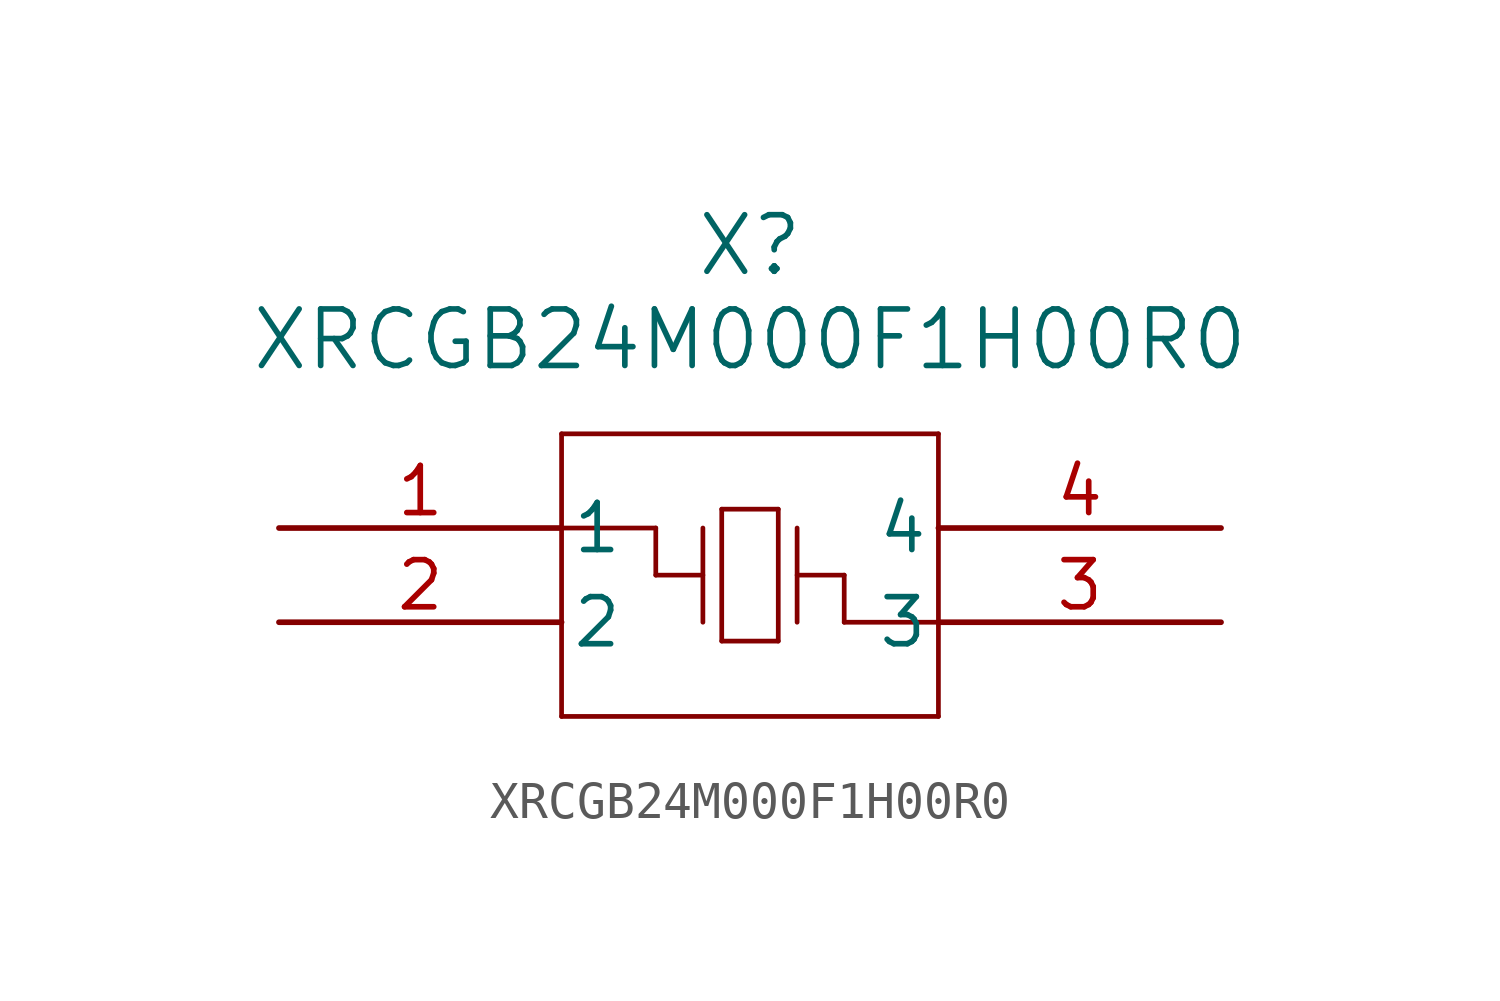
<source format=kicad_sym>
(kicad_symbol_lib
  (version 20211014)
  (generator kicad_symbol_editor)
  (symbol "XRCGB24M000F1H00R0"
    (pin_names
      (offset 0.254))
    (property "Reference" "X"
      (at 12.7 7.62 0)
      (effects (font (size 1.524 1.524))))
    (property "Value" "XRCGB24M000F1H00R0"
      (at 12.7 5.08 0)
      (effects (font (size 1.524 1.524))))
    (symbol "XRCGB24M000F1H00R0_0_1"
      (polyline (pts (xy 7.62 2.54) (xy 7.62 -5.08)) (stroke (width 0.127) (type default) (color 0 0 0 0)) (fill (type none)))
      (polyline (pts (xy 7.62 -5.08) (xy 17.78 -5.08)) (stroke (width 0.127) (type default) (color 0 0 0 0)) (fill (type none)))
      (polyline (pts (xy 17.78 -5.08) (xy 17.78 2.54)) (stroke (width 0.127) (type default) (color 0 0 0 0)) (fill (type none)))
      (polyline (pts (xy 17.78 2.54) (xy 7.62 2.54)) (stroke (width 0.127) (type default) (color 0 0 0 0)) (fill (type none)))
      (polyline (pts (xy 11.43 0) (xy 11.43 -2.54)) (stroke (width 0.127) (type default) (color 0 0 0 0)) (fill (type none)))
      (polyline (pts (xy 11.43 -1.27) (xy 10.16 -1.27)) (stroke (width 0.127) (type default) (color 0 0 0 0)) (fill (type none)))
      (polyline (pts (xy 10.16 -1.27) (xy 10.16 0)) (stroke (width 0.127) (type default) (color 0 0 0 0)) (fill (type none)))
      (polyline (pts (xy 10.16 0) (xy 7.62 0)) (stroke (width 0.127) (type default) (color 0 0 0 0)) (fill (type none)))
      (polyline (pts (xy 13.97 0) (xy 13.97 -2.54)) (stroke (width 0.127) (type default) (color 0 0 0 0)) (fill (type none)))
      (polyline (pts (xy 13.97 -1.27) (xy 15.24 -1.27)) (stroke (width 0.127) (type default) (color 0 0 0 0)) (fill (type none)))
      (polyline (pts (xy 15.24 -1.27) (xy 15.24 -2.54)) (stroke (width 0.127) (type default) (color 0 0 0 0)) (fill (type none)))
      (polyline (pts (xy 15.24 -2.54) (xy 17.78 -2.54)) (stroke (width 0.127) (type default) (color 0 0 0 0)) (fill (type none)))
      (polyline (pts (xy 11.938 0.508) (xy 11.938 -3.048)) (stroke (width 0.127) (type default) (color 0 0 0 0)) (fill (type none)))
      (polyline (pts (xy 11.938 -3.048) (xy 13.462 -3.048)) (stroke (width 0.127) (type default) (color 0 0 0 0)) (fill (type none)))
      (polyline (pts (xy 13.462 -3.048) (xy 13.462 0.508)) (stroke (width 0.127) (type default) (color 0 0 0 0)) (fill (type none)))
      (polyline (pts (xy 13.462 0.508) (xy 11.938 0.508)) (stroke (width 0.127) (type default) (color 0 0 0 0)) (fill (type none)))
      (pin unspecified line (at 0 0 0) (length 7.62) (name "1" (effects (font (size 1.27 1.27)))) (number "1" (effects (font (size 1.27 1.27)))))
      (pin unspecified line (at 0 -2.54 0) (length 7.62) (name "2" (effects (font (size 1.27 1.27)))) (number "2" (effects (font (size 1.27 1.27)))))
      (pin unspecified line (at 25.4 -2.54 180) (length 7.62) (name "3" (effects (font (size 1.27 1.27)))) (number "3" (effects (font (size 1.27 1.27)))))
      (pin unspecified line (at 25.4 0 180) (length 7.62) (name "4" (effects (font (size 1.27 1.27)))) (number "4" (effects (font (size 1.27 1.27))))))))
</source>
